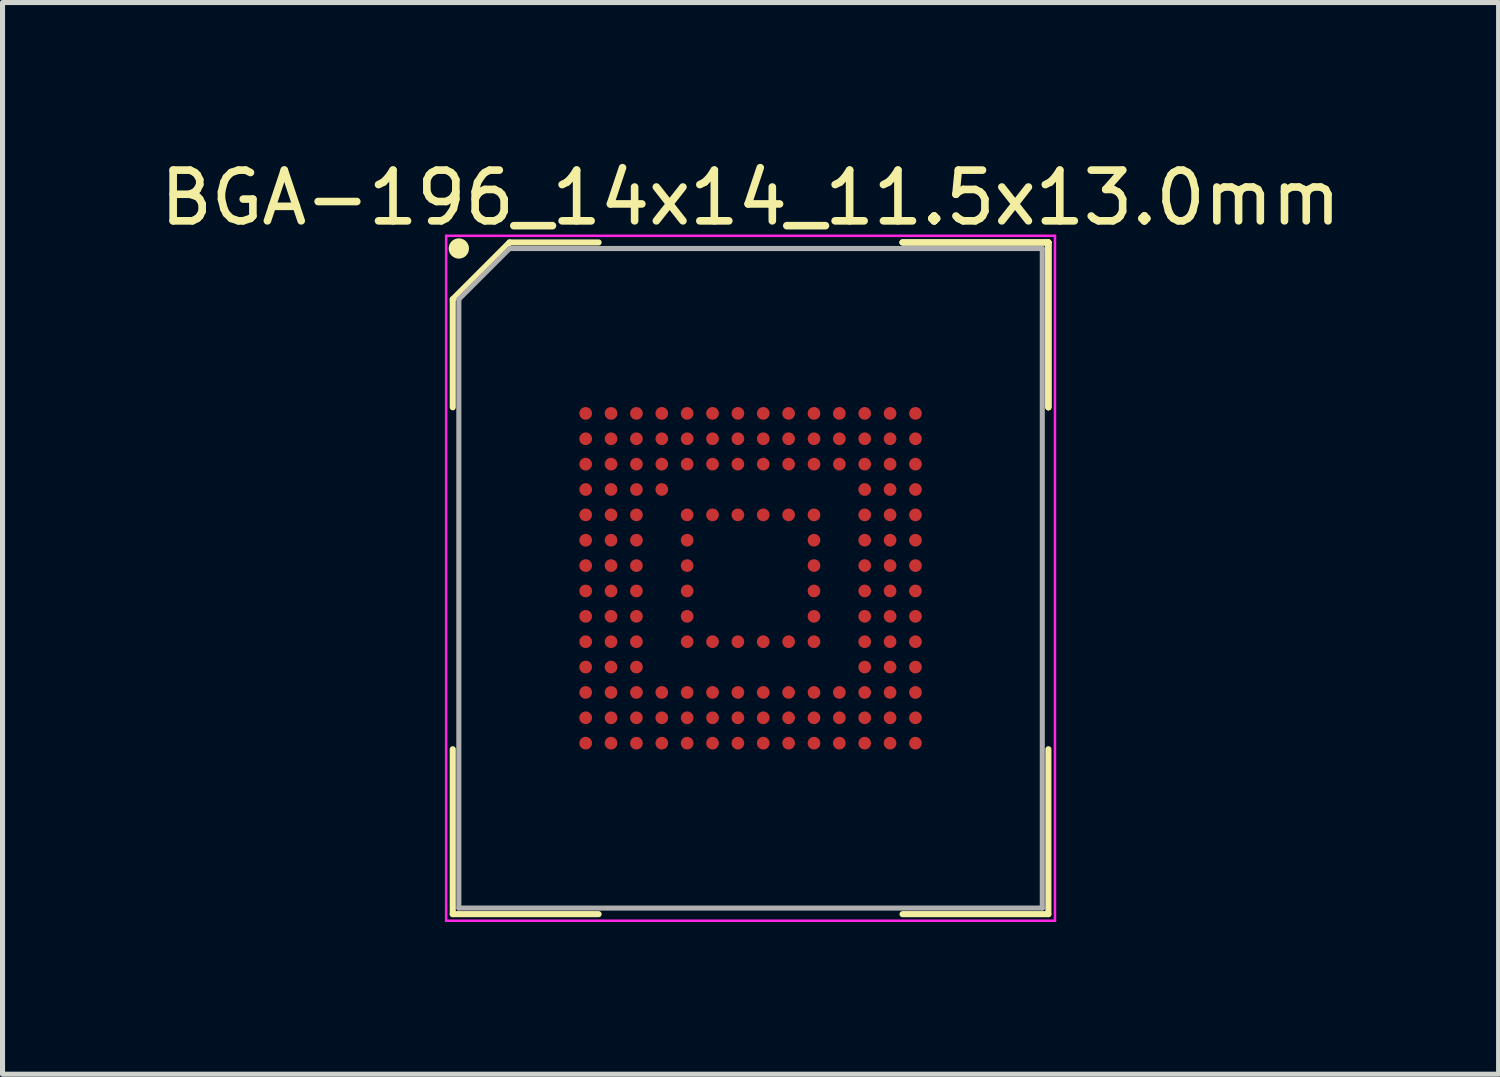
<source format=kicad_pcb>
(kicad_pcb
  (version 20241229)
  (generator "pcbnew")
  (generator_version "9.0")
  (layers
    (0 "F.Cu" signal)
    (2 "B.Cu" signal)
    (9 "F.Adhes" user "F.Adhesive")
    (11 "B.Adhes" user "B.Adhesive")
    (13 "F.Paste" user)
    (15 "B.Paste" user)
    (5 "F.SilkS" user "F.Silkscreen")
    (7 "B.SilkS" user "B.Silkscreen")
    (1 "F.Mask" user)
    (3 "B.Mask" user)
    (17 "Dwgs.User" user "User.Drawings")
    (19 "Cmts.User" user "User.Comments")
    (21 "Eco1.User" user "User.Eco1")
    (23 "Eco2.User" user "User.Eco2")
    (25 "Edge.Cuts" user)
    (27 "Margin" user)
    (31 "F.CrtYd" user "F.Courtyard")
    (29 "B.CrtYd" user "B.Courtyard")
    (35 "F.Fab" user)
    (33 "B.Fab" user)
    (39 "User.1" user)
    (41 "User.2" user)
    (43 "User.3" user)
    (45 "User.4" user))
  (footprint "BGA-196_14x14_11.5x13.0mm"
    (layer "F.Cu")
    (at 11.744 8.348)
    (property "Reference" "BGA-196_14x14_11.5x13.0mm" (at 0 -7.5 0) (layer "F.SilkS") (effects (font (size 1 1) (thickness 0.15))))
    (attr smd)
    (fp_line (start -5.87 -5.5) (end -5.87 -3.37) (stroke (width 0.12) (type solid)) (layer "F.SilkS"))
    (fp_line (start -5.87 6.62) (end -5.87 3.37) (stroke (width 0.12) (type solid)) (layer "F.SilkS"))
    (fp_line (start -4.75 -6.62) (end -5.87 -5.5) (stroke (width 0.12) (type solid)) (layer "F.SilkS"))
    (fp_line (start -2.995 -6.62) (end -4.75 -6.62) (stroke (width 0.12) (type solid)) (layer "F.SilkS"))
    (fp_line (start -2.995 6.62) (end -5.87 6.62) (stroke (width 0.12) (type solid)) (layer "F.SilkS"))
    (fp_line (start 2.995 -6.62) (end 5.87 -6.62) (stroke (width 0.12) (type solid)) (layer "F.SilkS"))
    (fp_line (start 2.995 -6.62) (end 5.87 -6.62) (stroke (width 0.12) (type solid)) (layer "F.SilkS"))
    (fp_line (start 2.995 -6.62) (end 5.87 -6.62) (stroke (width 0.12) (type solid)) (layer "F.SilkS"))
    (fp_line (start 2.995 6.62) (end 5.87 6.62) (stroke (width 0.12) (type solid)) (layer "F.SilkS"))
    (fp_line (start 5.87 -6.62) (end 5.87 -3.37) (stroke (width 0.12) (type solid)) (layer "F.SilkS"))
    (fp_line (start 5.87 -6.62) (end 5.87 -3.37) (stroke (width 0.12) (type solid)) (layer "F.SilkS"))
    (fp_line (start 5.87 -6.62) (end 5.87 -3.37) (stroke (width 0.12) (type solid)) (layer "F.SilkS"))
    (fp_line (start 5.87 6.62) (end 5.87 3.37) (stroke (width 0.12) (type solid)) (layer "F.SilkS"))
    (fp_circle (center -5.75 -6.5) (end -5.75 -6.4) (stroke (width 0.2) (type solid)) (fill no) (layer "F.SilkS"))
    (fp_line (start -6 -6.75) (end 6 -6.75) (stroke (width 0.05) (type solid)) (layer "F.CrtYd"))
    (fp_line (start -6 6.75) (end -6 -6.75) (stroke (width 0.05) (type solid)) (layer "F.CrtYd"))
    (fp_line (start 6 -6.75) (end 6 6.75) (stroke (width 0.05) (type solid)) (layer "F.CrtYd"))
    (fp_line (start 6 6.75) (end -6 6.75) (stroke (width 0.05) (type solid)) (layer "F.CrtYd"))
    (fp_line (start -5.75 -5.5) (end -5.75 6.5) (stroke (width 0.1) (type solid)) (layer "F.Fab"))
    (fp_line (start -5.75 6.5) (end 5.75 6.5) (stroke (width 0.1) (type solid)) (layer "F.Fab"))
    (fp_line (start -4.75 -6.5) (end -5.75 -5.5) (stroke (width 0.1) (type solid)) (layer "F.Fab"))
    (fp_line (start 5.75 -6.5) (end -4.75 -6.5) (stroke (width 0.1) (type solid)) (layer "F.Fab"))
    (fp_line (start 5.75 6.5) (end 5.75 -6.5) (stroke (width 0.1) (type solid)) (layer "F.Fab"))
    (pad "A1" smd circle (at -3.25 -3.25) (size 0.25 0.25) (layers "F.Cu" "F.Mask" "F.Paste"))
    (pad "A2" smd circle (at -2.75 -3.25) (size 0.25 0.25) (layers "F.Cu" "F.Mask" "F.Paste"))
    (pad "A3" smd circle (at -2.25 -3.25) (size 0.25 0.25) (layers "F.Cu" "F.Mask" "F.Paste"))
    (pad "A4" smd circle (at -1.75 -3.25) (size 0.25 0.25) (layers "F.Cu" "F.Mask" "F.Paste"))
    (pad "A5" smd circle (at -1.25 -3.25) (size 0.25 0.25) (layers "F.Cu" "F.Mask" "F.Paste"))
    (pad "A6" smd circle (at -0.75 -3.25) (size 0.25 0.25) (layers "F.Cu" "F.Mask" "F.Paste"))
    (pad "A7" smd circle (at -0.25 -3.25) (size 0.25 0.25) (layers "F.Cu" "F.Mask" "F.Paste"))
    (pad "A8" smd circle (at 0.25 -3.25) (size 0.25 0.25) (layers "F.Cu" "F.Mask" "F.Paste"))
    (pad "A9" smd circle (at 0.75 -3.25) (size 0.25 0.25) (layers "F.Cu" "F.Mask" "F.Paste"))
    (pad "A10" smd circle (at 1.25 -3.25) (size 0.25 0.25) (layers "F.Cu" "F.Mask" "F.Paste"))
    (pad "A11" smd circle (at 1.75 -3.25) (size 0.25 0.25) (layers "F.Cu" "F.Mask" "F.Paste"))
    (pad "A12" smd circle (at 2.25 -3.25) (size 0.25 0.25) (layers "F.Cu" "F.Mask" "F.Paste"))
    (pad "A13" smd circle (at 2.75 -3.25) (size 0.25 0.25) (layers "F.Cu" "F.Mask" "F.Paste"))
    (pad "A14" smd circle (at 3.25 -3.25) (size 0.25 0.25) (layers "F.Cu" "F.Mask" "F.Paste"))
    (pad "B1" smd circle (at -3.25 -2.75) (size 0.25 0.25) (layers "F.Cu" "F.Mask" "F.Paste"))
    (pad "B2" smd circle (at -2.75 -2.75) (size 0.25 0.25) (layers "F.Cu" "F.Mask" "F.Paste"))
    (pad "B3" smd circle (at -2.25 -2.75) (size 0.25 0.25) (layers "F.Cu" "F.Mask" "F.Paste"))
    (pad "B4" smd circle (at -1.75 -2.75) (size 0.25 0.25) (layers "F.Cu" "F.Mask" "F.Paste"))
    (pad "B5" smd circle (at -1.25 -2.75) (size 0.25 0.25) (layers "F.Cu" "F.Mask" "F.Paste"))
    (pad "B6" smd circle (at -0.75 -2.75) (size 0.25 0.25) (layers "F.Cu" "F.Mask" "F.Paste"))
    (pad "B7" smd circle (at -0.25 -2.75) (size 0.25 0.25) (layers "F.Cu" "F.Mask" "F.Paste"))
    (pad "B8" smd circle (at 0.25 -2.75) (size 0.25 0.25) (layers "F.Cu" "F.Mask" "F.Paste"))
    (pad "B9" smd circle (at 0.75 -2.75) (size 0.25 0.25) (layers "F.Cu" "F.Mask" "F.Paste"))
    (pad "B10" smd circle (at 1.25 -2.75) (size 0.25 0.25) (layers "F.Cu" "F.Mask" "F.Paste"))
    (pad "B11" smd circle (at 1.75 -2.75) (size 0.25 0.25) (layers "F.Cu" "F.Mask" "F.Paste"))
    (pad "B12" smd circle (at 2.25 -2.75) (size 0.25 0.25) (layers "F.Cu" "F.Mask" "F.Paste"))
    (pad "B13" smd circle (at 2.75 -2.75) (size 0.25 0.25) (layers "F.Cu" "F.Mask" "F.Paste"))
    (pad "B14" smd circle (at 3.25 -2.75) (size 0.25 0.25) (layers "F.Cu" "F.Mask" "F.Paste"))
    (pad "C1" smd circle (at -3.25 -2.25) (size 0.25 0.25) (layers "F.Cu" "F.Mask" "F.Paste"))
    (pad "C2" smd circle (at -2.75 -2.25) (size 0.25 0.25) (layers "F.Cu" "F.Mask" "F.Paste"))
    (pad "C3" smd circle (at -2.25 -2.25) (size 0.25 0.25) (layers "F.Cu" "F.Mask" "F.Paste"))
    (pad "C4" smd circle (at -1.75 -2.25) (size 0.25 0.25) (layers "F.Cu" "F.Mask" "F.Paste"))
    (pad "C5" smd circle (at -1.25 -2.25) (size 0.25 0.25) (layers "F.Cu" "F.Mask" "F.Paste"))
    (pad "C6" smd circle (at -0.75 -2.25) (size 0.25 0.25) (layers "F.Cu" "F.Mask" "F.Paste"))
    (pad "C7" smd circle (at -0.25 -2.25) (size 0.25 0.25) (layers "F.Cu" "F.Mask" "F.Paste"))
    (pad "C8" smd circle (at 0.25 -2.25) (size 0.25 0.25) (layers "F.Cu" "F.Mask" "F.Paste"))
    (pad "C9" smd circle (at 0.75 -2.25) (size 0.25 0.25) (layers "F.Cu" "F.Mask" "F.Paste"))
    (pad "C10" smd circle (at 1.25 -2.25) (size 0.25 0.25) (layers "F.Cu" "F.Mask" "F.Paste"))
    (pad "C11" smd circle (at 1.75 -2.25) (size 0.25 0.25) (layers "F.Cu" "F.Mask" "F.Paste"))
    (pad "C12" smd circle (at 2.25 -2.25) (size 0.25 0.25) (layers "F.Cu" "F.Mask" "F.Paste"))
    (pad "C13" smd circle (at 2.75 -2.25) (size 0.25 0.25) (layers "F.Cu" "F.Mask" "F.Paste"))
    (pad "C14" smd circle (at 3.25 -2.25) (size 0.25 0.25) (layers "F.Cu" "F.Mask" "F.Paste"))
    (pad "D1" smd circle (at -3.25 -1.75) (size 0.25 0.25) (layers "F.Cu" "F.Mask" "F.Paste"))
    (pad "D2" smd circle (at -2.75 -1.75) (size 0.25 0.25) (layers "F.Cu" "F.Mask" "F.Paste"))
    (pad "D3" smd circle (at -2.25 -1.75) (size 0.25 0.25) (layers "F.Cu" "F.Mask" "F.Paste"))
    (pad "D4" smd circle (at -1.75 -1.75) (size 0.25 0.25) (layers "F.Cu" "F.Mask" "F.Paste"))
    (pad "D12" smd circle (at 2.25 -1.75) (size 0.25 0.25) (layers "F.Cu" "F.Mask" "F.Paste"))
    (pad "D13" smd circle (at 2.75 -1.75) (size 0.25 0.25) (layers "F.Cu" "F.Mask" "F.Paste"))
    (pad "D14" smd circle (at 3.25 -1.75) (size 0.25 0.25) (layers "F.Cu" "F.Mask" "F.Paste"))
    (pad "E1" smd circle (at -3.25 -1.25) (size 0.25 0.25) (layers "F.Cu" "F.Mask" "F.Paste"))
    (pad "E2" smd circle (at -2.75 -1.25) (size 0.25 0.25) (layers "F.Cu" "F.Mask" "F.Paste"))
    (pad "E3" smd circle (at -2.25 -1.25) (size 0.25 0.25) (layers "F.Cu" "F.Mask" "F.Paste"))
    (pad "E5" smd circle (at -1.25 -1.25) (size 0.25 0.25) (layers "F.Cu" "F.Mask" "F.Paste"))
    (pad "E6" smd circle (at -0.75 -1.25) (size 0.25 0.25) (layers "F.Cu" "F.Mask" "F.Paste"))
    (pad "E7" smd circle (at -0.25 -1.25) (size 0.25 0.25) (layers "F.Cu" "F.Mask" "F.Paste"))
    (pad "E8" smd circle (at 0.25 -1.25) (size 0.25 0.25) (layers "F.Cu" "F.Mask" "F.Paste"))
    (pad "E9" smd circle (at 0.75 -1.25) (size 0.25 0.25) (layers "F.Cu" "F.Mask" "F.Paste"))
    (pad "E10" smd circle (at 1.25 -1.25) (size 0.25 0.25) (layers "F.Cu" "F.Mask" "F.Paste"))
    (pad "E12" smd circle (at 2.25 -1.25) (size 0.25 0.25) (layers "F.Cu" "F.Mask" "F.Paste"))
    (pad "E13" smd circle (at 2.75 -1.25) (size 0.25 0.25) (layers "F.Cu" "F.Mask" "F.Paste"))
    (pad "E14" smd circle (at 3.25 -1.25) (size 0.25 0.25) (layers "F.Cu" "F.Mask" "F.Paste"))
    (pad "F1" smd circle (at -3.25 -0.75) (size 0.25 0.25) (layers "F.Cu" "F.Mask" "F.Paste"))
    (pad "F2" smd circle (at -2.75 -0.75) (size 0.25 0.25) (layers "F.Cu" "F.Mask" "F.Paste"))
    (pad "F3" smd circle (at -2.25 -0.75) (size 0.25 0.25) (layers "F.Cu" "F.Mask" "F.Paste"))
    (pad "F5" smd circle (at -1.25 -0.75) (size 0.25 0.25) (layers "F.Cu" "F.Mask" "F.Paste"))
    (pad "F10" smd circle (at 1.25 -0.75) (size 0.25 0.25) (layers "F.Cu" "F.Mask" "F.Paste"))
    (pad "F12" smd circle (at 2.25 -0.75) (size 0.25 0.25) (layers "F.Cu" "F.Mask" "F.Paste"))
    (pad "F13" smd circle (at 2.75 -0.75) (size 0.25 0.25) (layers "F.Cu" "F.Mask" "F.Paste"))
    (pad "F14" smd circle (at 3.25 -0.75) (size 0.25 0.25) (layers "F.Cu" "F.Mask" "F.Paste"))
    (pad "G1" smd circle (at -3.25 -0.25) (size 0.25 0.25) (layers "F.Cu" "F.Mask" "F.Paste"))
    (pad "G2" smd circle (at -2.75 -0.25) (size 0.25 0.25) (layers "F.Cu" "F.Mask" "F.Paste"))
    (pad "G3" smd circle (at -2.25 -0.25) (size 0.25 0.25) (layers "F.Cu" "F.Mask" "F.Paste"))
    (pad "G5" smd circle (at -1.25 -0.25) (size 0.25 0.25) (layers "F.Cu" "F.Mask" "F.Paste"))
    (pad "G10" smd circle (at 1.25 -0.25) (size 0.25 0.25) (layers "F.Cu" "F.Mask" "F.Paste"))
    (pad "G12" smd circle (at 2.25 -0.25) (size 0.25 0.25) (layers "F.Cu" "F.Mask" "F.Paste"))
    (pad "G13" smd circle (at 2.75 -0.25) (size 0.25 0.25) (layers "F.Cu" "F.Mask" "F.Paste"))
    (pad "G14" smd circle (at 3.25 -0.25) (size 0.25 0.25) (layers "F.Cu" "F.Mask" "F.Paste"))
    (pad "H1" smd circle (at -3.25 0.25) (size 0.25 0.25) (layers "F.Cu" "F.Mask" "F.Paste"))
    (pad "H2" smd circle (at -2.75 0.25) (size 0.25 0.25) (layers "F.Cu" "F.Mask" "F.Paste"))
    (pad "H3" smd circle (at -2.25 0.25) (size 0.25 0.25) (layers "F.Cu" "F.Mask" "F.Paste"))
    (pad "H5" smd circle (at -1.25 0.25) (size 0.25 0.25) (layers "F.Cu" "F.Mask" "F.Paste"))
    (pad "H10" smd circle (at 1.25 0.25) (size 0.25 0.25) (layers "F.Cu" "F.Mask" "F.Paste"))
    (pad "H12" smd circle (at 2.25 0.25) (size 0.25 0.25) (layers "F.Cu" "F.Mask" "F.Paste"))
    (pad "H13" smd circle (at 2.75 0.25) (size 0.25 0.25) (layers "F.Cu" "F.Mask" "F.Paste"))
    (pad "H14" smd circle (at 3.25 0.25) (size 0.25 0.25) (layers "F.Cu" "F.Mask" "F.Paste"))
    (pad "J1" smd circle (at -3.25 0.75) (size 0.25 0.25) (layers "F.Cu" "F.Mask" "F.Paste"))
    (pad "J2" smd circle (at -2.75 0.75) (size 0.25 0.25) (layers "F.Cu" "F.Mask" "F.Paste"))
    (pad "J3" smd circle (at -2.25 0.75) (size 0.25 0.25) (layers "F.Cu" "F.Mask" "F.Paste"))
    (pad "J5" smd circle (at -1.25 0.75) (size 0.25 0.25) (layers "F.Cu" "F.Mask" "F.Paste"))
    (pad "J10" smd circle (at 1.25 0.75) (size 0.25 0.25) (layers "F.Cu" "F.Mask" "F.Paste"))
    (pad "J12" smd circle (at 2.25 0.75) (size 0.25 0.25) (layers "F.Cu" "F.Mask" "F.Paste"))
    (pad "J13" smd circle (at 2.75 0.75) (size 0.25 0.25) (layers "F.Cu" "F.Mask" "F.Paste"))
    (pad "J14" smd circle (at 3.25 0.75) (size 0.25 0.25) (layers "F.Cu" "F.Mask" "F.Paste"))
    (pad "K1" smd circle (at -3.25 1.25) (size 0.25 0.25) (layers "F.Cu" "F.Mask" "F.Paste"))
    (pad "K2" smd circle (at -2.75 1.25) (size 0.25 0.25) (layers "F.Cu" "F.Mask" "F.Paste"))
    (pad "K3" smd circle (at -2.25 1.25) (size 0.25 0.25) (layers "F.Cu" "F.Mask" "F.Paste"))
    (pad "K5" smd circle (at -1.25 1.25) (size 0.25 0.25) (layers "F.Cu" "F.Mask" "F.Paste"))
    (pad "K6" smd circle (at -0.75 1.25) (size 0.25 0.25) (layers "F.Cu" "F.Mask" "F.Paste"))
    (pad "K7" smd circle (at -0.25 1.25) (size 0.25 0.25) (layers "F.Cu" "F.Mask" "F.Paste"))
    (pad "K8" smd circle (at 0.25 1.25) (size 0.25 0.25) (layers "F.Cu" "F.Mask" "F.Paste"))
    (pad "K9" smd circle (at 0.75 1.25) (size 0.25 0.25) (layers "F.Cu" "F.Mask" "F.Paste"))
    (pad "K10" smd circle (at 1.25 1.25) (size 0.25 0.25) (layers "F.Cu" "F.Mask" "F.Paste"))
    (pad "K12" smd circle (at 2.25 1.25) (size 0.25 0.25) (layers "F.Cu" "F.Mask" "F.Paste"))
    (pad "K13" smd circle (at 2.75 1.25) (size 0.25 0.25) (layers "F.Cu" "F.Mask" "F.Paste"))
    (pad "K14" smd circle (at 3.25 1.25) (size 0.25 0.25) (layers "F.Cu" "F.Mask" "F.Paste"))
    (pad "L1" smd circle (at -3.25 1.75) (size 0.25 0.25) (layers "F.Cu" "F.Mask" "F.Paste"))
    (pad "L2" smd circle (at -2.75 1.75) (size 0.25 0.25) (layers "F.Cu" "F.Mask" "F.Paste"))
    (pad "L3" smd circle (at -2.25 1.75) (size 0.25 0.25) (layers "F.Cu" "F.Mask" "F.Paste"))
    (pad "L12" smd circle (at 2.25 1.75) (size 0.25 0.25) (layers "F.Cu" "F.Mask" "F.Paste"))
    (pad "L13" smd circle (at 2.75 1.75) (size 0.25 0.25) (layers "F.Cu" "F.Mask" "F.Paste"))
    (pad "L14" smd circle (at 3.25 1.75) (size 0.25 0.25) (layers "F.Cu" "F.Mask" "F.Paste"))
    (pad "M1" smd circle (at -3.25 2.25) (size 0.25 0.25) (layers "F.Cu" "F.Mask" "F.Paste"))
    (pad "M2" smd circle (at -2.75 2.25) (size 0.25 0.25) (layers "F.Cu" "F.Mask" "F.Paste"))
    (pad "M3" smd circle (at -2.25 2.25) (size 0.25 0.25) (layers "F.Cu" "F.Mask" "F.Paste"))
    (pad "M4" smd circle (at -1.75 2.25) (size 0.25 0.25) (layers "F.Cu" "F.Mask" "F.Paste"))
    (pad "M5" smd circle (at -1.25 2.25) (size 0.25 0.25) (layers "F.Cu" "F.Mask" "F.Paste"))
    (pad "M6" smd circle (at -0.75 2.25) (size 0.25 0.25) (layers "F.Cu" "F.Mask" "F.Paste"))
    (pad "M7" smd circle (at -0.25 2.25) (size 0.25 0.25) (layers "F.Cu" "F.Mask" "F.Paste"))
    (pad "M8" smd circle (at 0.25 2.25) (size 0.25 0.25) (layers "F.Cu" "F.Mask" "F.Paste"))
    (pad "M9" smd circle (at 0.75 2.25) (size 0.25 0.25) (layers "F.Cu" "F.Mask" "F.Paste"))
    (pad "M10" smd circle (at 1.25 2.25) (size 0.25 0.25) (layers "F.Cu" "F.Mask" "F.Paste"))
    (pad "M11" smd circle (at 1.75 2.25) (size 0.25 0.25) (layers "F.Cu" "F.Mask" "F.Paste"))
    (pad "M12" smd circle (at 2.25 2.25) (size 0.25 0.25) (layers "F.Cu" "F.Mask" "F.Paste"))
    (pad "M13" smd circle (at 2.75 2.25) (size 0.25 0.25) (layers "F.Cu" "F.Mask" "F.Paste"))
    (pad "M14" smd circle (at 3.25 2.25) (size 0.25 0.25) (layers "F.Cu" "F.Mask" "F.Paste"))
    (pad "N1" smd circle (at -3.25 2.75) (size 0.25 0.25) (layers "F.Cu" "F.Mask" "F.Paste"))
    (pad "N2" smd circle (at -2.75 2.75) (size 0.25 0.25) (layers "F.Cu" "F.Mask" "F.Paste"))
    (pad "N3" smd circle (at -2.25 2.75) (size 0.25 0.25) (layers "F.Cu" "F.Mask" "F.Paste"))
    (pad "N4" smd circle (at -1.75 2.75) (size 0.25 0.25) (layers "F.Cu" "F.Mask" "F.Paste"))
    (pad "N5" smd circle (at -1.25 2.75) (size 0.25 0.25) (layers "F.Cu" "F.Mask" "F.Paste"))
    (pad "N6" smd circle (at -0.75 2.75) (size 0.25 0.25) (layers "F.Cu" "F.Mask" "F.Paste"))
    (pad "N7" smd circle (at -0.25 2.75) (size 0.25 0.25) (layers "F.Cu" "F.Mask" "F.Paste"))
    (pad "N8" smd circle (at 0.25 2.75) (size 0.25 0.25) (layers "F.Cu" "F.Mask" "F.Paste"))
    (pad "N9" smd circle (at 0.75 2.75) (size 0.25 0.25) (layers "F.Cu" "F.Mask" "F.Paste"))
    (pad "N10" smd circle (at 1.25 2.75) (size 0.25 0.25) (layers "F.Cu" "F.Mask" "F.Paste"))
    (pad "N11" smd circle (at 1.75 2.75) (size 0.25 0.25) (layers "F.Cu" "F.Mask" "F.Paste"))
    (pad "N12" smd circle (at 2.25 2.75) (size 0.25 0.25) (layers "F.Cu" "F.Mask" "F.Paste"))
    (pad "N13" smd circle (at 2.75 2.75) (size 0.25 0.25) (layers "F.Cu" "F.Mask" "F.Paste"))
    (pad "N14" smd circle (at 3.25 2.75) (size 0.25 0.25) (layers "F.Cu" "F.Mask" "F.Paste"))
    (pad "P1" smd circle (at -3.25 3.25) (size 0.25 0.25) (layers "F.Cu" "F.Mask" "F.Paste"))
    (pad "P2" smd circle (at -2.75 3.25) (size 0.25 0.25) (layers "F.Cu" "F.Mask" "F.Paste"))
    (pad "P3" smd circle (at -2.25 3.25) (size 0.25 0.25) (layers "F.Cu" "F.Mask" "F.Paste"))
    (pad "P4" smd circle (at -1.75 3.25) (size 0.25 0.25) (layers "F.Cu" "F.Mask" "F.Paste"))
    (pad "P5" smd circle (at -1.25 3.25) (size 0.25 0.25) (layers "F.Cu" "F.Mask" "F.Paste"))
    (pad "P6" smd circle (at -0.75 3.25) (size 0.25 0.25) (layers "F.Cu" "F.Mask" "F.Paste"))
    (pad "P7" smd circle (at -0.25 3.25) (size 0.25 0.25) (layers "F.Cu" "F.Mask" "F.Paste"))
    (pad "P8" smd circle (at 0.25 3.25) (size 0.25 0.25) (layers "F.Cu" "F.Mask" "F.Paste"))
    (pad "P9" smd circle (at 0.75 3.25) (size 0.25 0.25) (layers "F.Cu" "F.Mask" "F.Paste"))
    (pad "P10" smd circle (at 1.25 3.25) (size 0.25 0.25) (layers "F.Cu" "F.Mask" "F.Paste"))
    (pad "P11" smd circle (at 1.75 3.25) (size 0.25 0.25) (layers "F.Cu" "F.Mask" "F.Paste"))
    (pad "P12" smd circle (at 2.25 3.25) (size 0.25 0.25) (layers "F.Cu" "F.Mask" "F.Paste"))
    (pad "P13" smd circle (at 2.75 3.25) (size 0.25 0.25) (layers "F.Cu" "F.Mask" "F.Paste"))
    (pad "P14" smd circle (at 3.25 3.25) (size 0.25 0.25) (layers "F.Cu" "F.Mask" "F.Paste")))
  (gr_rect
    (start -3 -3)
    (end 26.488 18.123)
    (stroke (width 0.1) (type default))
    (fill no)
    (layer "Edge.Cuts")))
</source>
